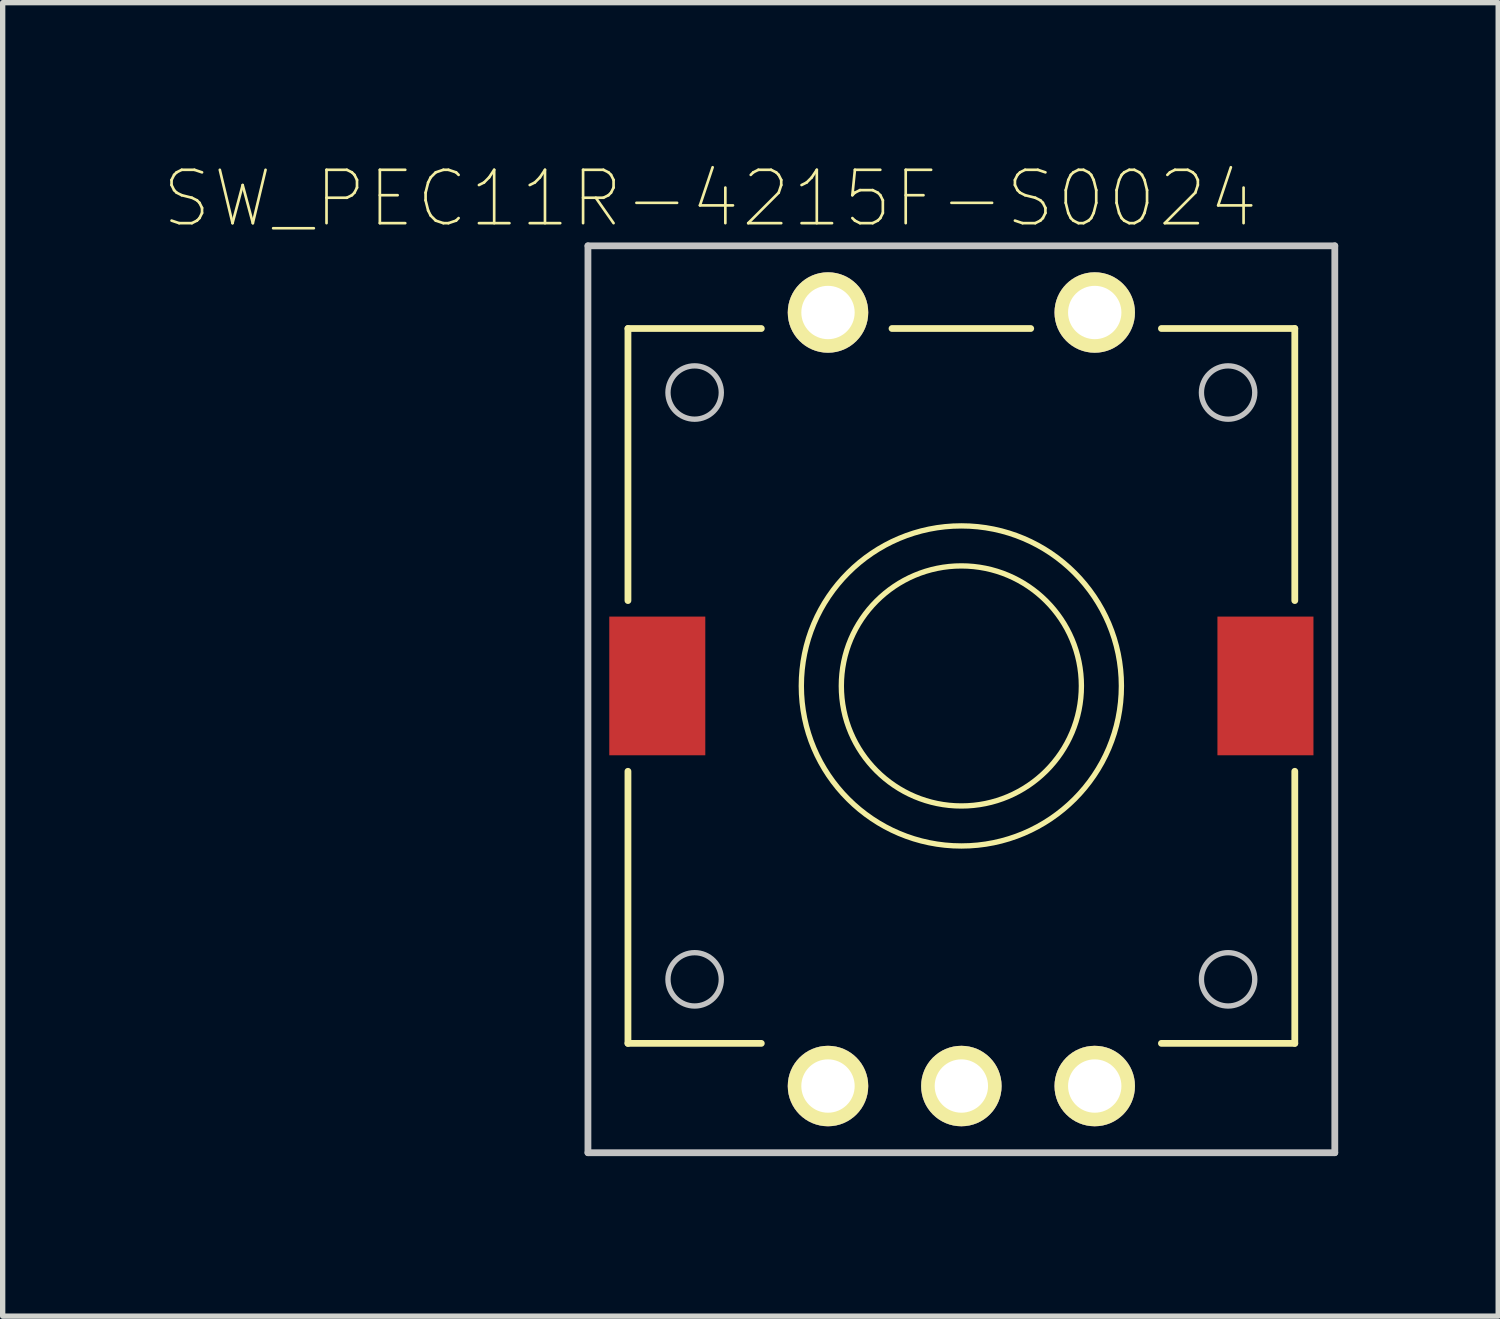
<source format=kicad_pcb>
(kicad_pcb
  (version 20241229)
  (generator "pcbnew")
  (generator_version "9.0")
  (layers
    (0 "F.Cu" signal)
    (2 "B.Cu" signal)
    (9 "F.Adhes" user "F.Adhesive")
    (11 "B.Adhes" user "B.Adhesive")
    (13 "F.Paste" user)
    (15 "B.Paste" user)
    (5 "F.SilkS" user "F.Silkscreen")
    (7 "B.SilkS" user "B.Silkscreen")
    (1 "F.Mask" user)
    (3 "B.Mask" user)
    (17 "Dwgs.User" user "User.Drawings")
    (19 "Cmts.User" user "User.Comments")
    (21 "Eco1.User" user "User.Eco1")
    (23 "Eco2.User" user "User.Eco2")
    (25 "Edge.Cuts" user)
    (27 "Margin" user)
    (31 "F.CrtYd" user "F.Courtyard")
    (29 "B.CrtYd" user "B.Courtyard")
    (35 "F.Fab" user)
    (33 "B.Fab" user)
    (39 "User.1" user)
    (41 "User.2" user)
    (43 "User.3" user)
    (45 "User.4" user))
  (footprint "SW_PEC11R-4215F-S0024"
    (layer "F.Cu")
    (at 14.971 9.808)
    (property "Reference" "SW_PEC11R-4215F-S0024" (at -4.71 -9.135 0) (layer "F.SilkS") (effects (font (size 1 1) (thickness 0.05))))
    (attr through_hole)
    (fp_line (start -6.25 -6.7) (end -6.25 -1.6) (stroke (width 0.127) (type solid)) (layer "F.SilkS"))
    (fp_line (start -6.25 1.6) (end -6.25 6.7) (stroke (width 0.127) (type solid)) (layer "F.SilkS"))
    (fp_line (start -3.75 -6.7) (end -6.25 -6.7) (stroke (width 0.127) (type solid)) (layer "F.SilkS"))
    (fp_line (start -3.75 6.7) (end -6.25 6.7) (stroke (width 0.127) (type solid)) (layer "F.SilkS"))
    (fp_line (start -1.3 -6.7) (end 1.3 -6.7) (stroke (width 0.127) (type solid)) (layer "F.SilkS"))
    (fp_line (start 3.75 -6.7) (end 6.25 -6.7) (stroke (width 0.127) (type solid)) (layer "F.SilkS"))
    (fp_line (start 6.25 -6.7) (end 6.25 -1.6) (stroke (width 0.127) (type solid)) (layer "F.SilkS"))
    (fp_line (start 6.25 1.6) (end 6.25 6.7) (stroke (width 0.127) (type solid)) (layer "F.SilkS"))
    (fp_line (start 6.25 6.7) (end 3.75 6.7) (stroke (width 0.127) (type solid)) (layer "F.SilkS"))
    (fp_circle (center 0 0) (end 2.25 0) (stroke (width 0.1) (type solid)) (fill no) (layer "F.SilkS"))
    (fp_circle (center 0 0) (end 3 0) (stroke (width 0.1) (type solid)) (fill no) (layer "F.SilkS"))
    (fp_line (start -7 -8.25) (end 7 -8.25) (stroke (width 0.127) (type solid)) (layer "Dwgs.User"))
    (fp_line (start -7 8.75) (end -7 -8.25) (stroke (width 0.127) (type solid)) (layer "Dwgs.User"))
    (fp_line (start 7 -8.25) (end 7 8.75) (stroke (width 0.127) (type solid)) (layer "Dwgs.User"))
    (fp_line (start 7 8.75) (end -7 8.75) (stroke (width 0.127) (type solid)) (layer "Dwgs.User"))
    (fp_circle (center -5 -5.5) (end -4.5 -5.5) (stroke (width 0.1) (type solid)) (fill no) (layer "Dwgs.User"))
    (fp_circle (center -5 5.5) (end -4.5 5.5) (stroke (width 0.1) (type solid)) (fill no) (layer "Dwgs.User"))
    (fp_circle (center 5 -5.5) (end 5.5 -5.5) (stroke (width 0.1) (type solid)) (fill no) (layer "Dwgs.User"))
    (fp_circle (center 5 5.5) (end 5.5 5.5) (stroke (width 0.1) (type solid)) (fill no) (layer "Dwgs.User"))
    (pad "1" thru_hole circle (at -2.5 -7) (size 1.508 1.508) (drill 1) (layers "*.Cu" "*.Mask" "F.SilkS"))
    (pad "2" thru_hole circle (at 2.5 -7) (size 1.508 1.508) (drill 1) (layers "*.Cu" "*.Mask" "F.SilkS"))
    (pad "A" thru_hole circle (at -2.5 7.5) (size 1.508 1.508) (drill 1) (layers "*.Cu" "*.Mask" "F.SilkS"))
    (pad "B" thru_hole circle (at 2.5 7.5) (size 1.508 1.508) (drill 1) (layers "*.Cu" "*.Mask" "F.SilkS"))
    (pad "C" thru_hole circle (at 0 7.5) (size 1.508 1.508) (drill 1) (layers "*.Cu" "*.Mask" "F.SilkS"))
    (pad "P1" smd rect (at -5.7 0) (size 1.8 2.6) (layers "F.Cu" "F.Mask" "F.Paste"))
    (pad "P2" smd rect (at 5.7 0) (size 1.8 2.6) (layers "F.Cu" "F.Mask" "F.Paste")))
  (gr_rect
    (start -3 -3)
    (end 25.034 21.621)
    (stroke (width 0.1) (type default))
    (fill no)
    (layer "Edge.Cuts")))
</source>
